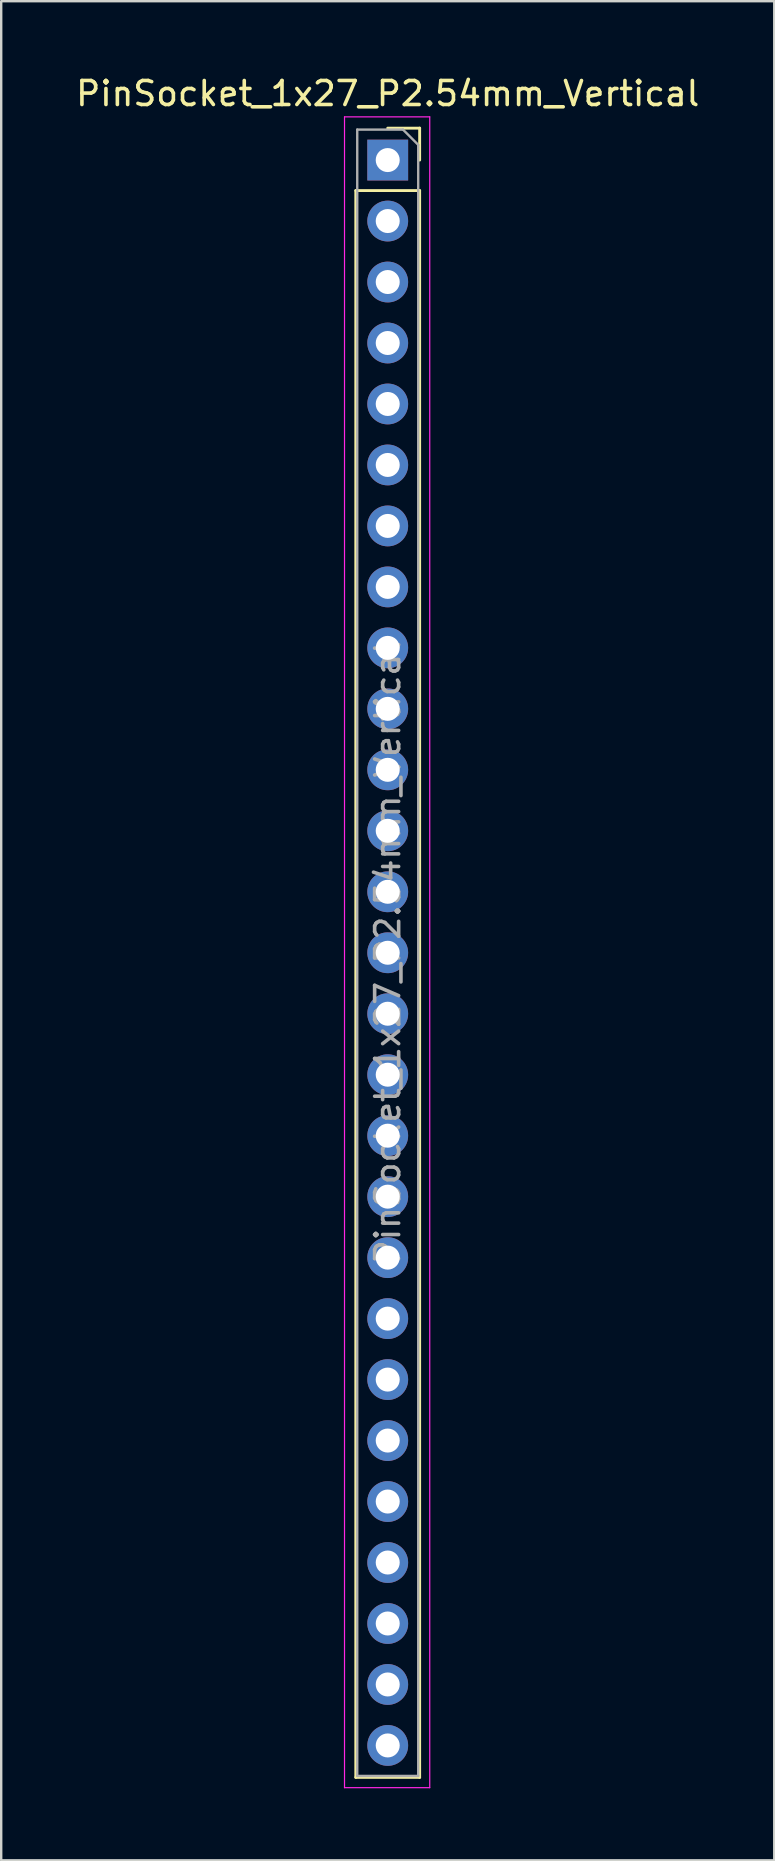
<source format=kicad_pcb>
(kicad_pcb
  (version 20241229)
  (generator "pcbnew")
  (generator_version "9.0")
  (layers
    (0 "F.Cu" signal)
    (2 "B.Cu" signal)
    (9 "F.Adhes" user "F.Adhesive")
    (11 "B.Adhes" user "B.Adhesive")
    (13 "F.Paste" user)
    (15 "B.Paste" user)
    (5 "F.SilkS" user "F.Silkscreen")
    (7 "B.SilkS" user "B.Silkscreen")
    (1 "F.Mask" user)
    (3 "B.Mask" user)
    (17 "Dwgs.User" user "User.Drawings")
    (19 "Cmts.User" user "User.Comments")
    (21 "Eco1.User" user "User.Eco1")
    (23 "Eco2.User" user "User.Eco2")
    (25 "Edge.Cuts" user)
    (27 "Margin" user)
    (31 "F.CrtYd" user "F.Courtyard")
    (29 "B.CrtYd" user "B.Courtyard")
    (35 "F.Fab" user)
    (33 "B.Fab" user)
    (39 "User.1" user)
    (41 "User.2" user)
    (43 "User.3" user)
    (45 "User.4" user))
  (footprint "PinSocket_1x27_P2.54mm_Vertical"
    (layer "F.Cu")
    (at 13.101 3.618)
    (property "Reference" "PinSocket_1x27_P2.54mm_Vertical" (at 0 -2.77 0) (layer "F.SilkS") (effects (font (size 1 1) (thickness 0.15))))
    (attr through_hole)
    (fp_line (start -1.33 1.27) (end -1.33 67.37) (stroke (width 0.12) (type solid)) (layer "F.SilkS"))
    (fp_line (start -1.33 1.27) (end 1.33 1.27) (stroke (width 0.12) (type solid)) (layer "F.SilkS"))
    (fp_line (start -1.33 67.37) (end 1.33 67.37) (stroke (width 0.12) (type solid)) (layer "F.SilkS"))
    (fp_line (start 0 -1.33) (end 1.33 -1.33) (stroke (width 0.12) (type solid)) (layer "F.SilkS"))
    (fp_line (start 1.33 -1.33) (end 1.33 0) (stroke (width 0.12) (type solid)) (layer "F.SilkS"))
    (fp_line (start 1.33 1.27) (end 1.33 67.37) (stroke (width 0.12) (type solid)) (layer "F.SilkS"))
    (fp_line (start -1.8 -1.8) (end 1.75 -1.8) (stroke (width 0.05) (type solid)) (layer "F.CrtYd"))
    (fp_line (start -1.8 67.8) (end -1.8 -1.8) (stroke (width 0.05) (type solid)) (layer "F.CrtYd"))
    (fp_line (start 1.75 -1.8) (end 1.75 67.8) (stroke (width 0.05) (type solid)) (layer "F.CrtYd"))
    (fp_line (start 1.75 67.8) (end -1.8 67.8) (stroke (width 0.05) (type solid)) (layer "F.CrtYd"))
    (fp_line (start -1.27 -1.27) (end 0.635 -1.27) (stroke (width 0.1) (type solid)) (layer "F.Fab"))
    (fp_line (start -1.27 67.31) (end -1.27 -1.27) (stroke (width 0.1) (type solid)) (layer "F.Fab"))
    (fp_line (start 0.635 -1.27) (end 1.27 -0.635) (stroke (width 0.1) (type solid)) (layer "F.Fab"))
    (fp_line (start 1.27 -0.635) (end 1.27 67.31) (stroke (width 0.1) (type solid)) (layer "F.Fab"))
    (fp_line (start 1.27 67.31) (end -1.27 67.31) (stroke (width 0.1) (type solid)) (layer "F.Fab"))
    (fp_text user "${REFERENCE}" (at 0 33.02 90) (layer "F.Fab") (effects (font (size 1 1) (thickness 0.15))))
    (pad "1" thru_hole rect (at 0 0) (size 1.7 1.7) (drill 1) (layers "*.Cu" "*.Mask"))
    (pad "2" thru_hole oval (at 0 2.54) (size 1.7 1.7) (drill 1) (layers "*.Cu" "*.Mask"))
    (pad "3" thru_hole oval (at 0 5.08) (size 1.7 1.7) (drill 1) (layers "*.Cu" "*.Mask"))
    (pad "4" thru_hole oval (at 0 7.62) (size 1.7 1.7) (drill 1) (layers "*.Cu" "*.Mask"))
    (pad "5" thru_hole oval (at 0 10.16) (size 1.7 1.7) (drill 1) (layers "*.Cu" "*.Mask"))
    (pad "6" thru_hole oval (at 0 12.7) (size 1.7 1.7) (drill 1) (layers "*.Cu" "*.Mask"))
    (pad "7" thru_hole oval (at 0 15.24) (size 1.7 1.7) (drill 1) (layers "*.Cu" "*.Mask"))
    (pad "8" thru_hole oval (at 0 17.78) (size 1.7 1.7) (drill 1) (layers "*.Cu" "*.Mask"))
    (pad "9" thru_hole oval (at 0 20.32) (size 1.7 1.7) (drill 1) (layers "*.Cu" "*.Mask"))
    (pad "10" thru_hole oval (at 0 22.86) (size 1.7 1.7) (drill 1) (layers "*.Cu" "*.Mask"))
    (pad "11" thru_hole oval (at 0 25.4) (size 1.7 1.7) (drill 1) (layers "*.Cu" "*.Mask"))
    (pad "12" thru_hole oval (at 0 27.94) (size 1.7 1.7) (drill 1) (layers "*.Cu" "*.Mask"))
    (pad "13" thru_hole oval (at 0 30.48) (size 1.7 1.7) (drill 1) (layers "*.Cu" "*.Mask"))
    (pad "14" thru_hole oval (at 0 33.02) (size 1.7 1.7) (drill 1) (layers "*.Cu" "*.Mask"))
    (pad "15" thru_hole oval (at 0 35.56) (size 1.7 1.7) (drill 1) (layers "*.Cu" "*.Mask"))
    (pad "16" thru_hole oval (at 0 38.1) (size 1.7 1.7) (drill 1) (layers "*.Cu" "*.Mask"))
    (pad "17" thru_hole oval (at 0 40.64) (size 1.7 1.7) (drill 1) (layers "*.Cu" "*.Mask"))
    (pad "18" thru_hole oval (at 0 43.18) (size 1.7 1.7) (drill 1) (layers "*.Cu" "*.Mask"))
    (pad "19" thru_hole oval (at 0 45.72) (size 1.7 1.7) (drill 1) (layers "*.Cu" "*.Mask"))
    (pad "20" thru_hole oval (at 0 48.26) (size 1.7 1.7) (drill 1) (layers "*.Cu" "*.Mask"))
    (pad "21" thru_hole oval (at 0 50.8) (size 1.7 1.7) (drill 1) (layers "*.Cu" "*.Mask"))
    (pad "22" thru_hole oval (at 0 53.34) (size 1.7 1.7) (drill 1) (layers "*.Cu" "*.Mask"))
    (pad "23" thru_hole oval (at 0 55.88) (size 1.7 1.7) (drill 1) (layers "*.Cu" "*.Mask"))
    (pad "24" thru_hole oval (at 0 58.42) (size 1.7 1.7) (drill 1) (layers "*.Cu" "*.Mask"))
    (pad "25" thru_hole oval (at 0 60.96) (size 1.7 1.7) (drill 1) (layers "*.Cu" "*.Mask"))
    (pad "26" thru_hole oval (at 0 63.5) (size 1.7 1.7) (drill 1) (layers "*.Cu" "*.Mask"))
    (pad "27" thru_hole oval (at 0 66.04) (size 1.7 1.7) (drill 1) (layers "*.Cu" "*.Mask")))
  (gr_rect
    (start -3 -3)
    (end 29.202 74.443)
    (stroke (width 0.1) (type default))
    (fill no)
    (layer "Edge.Cuts")))
</source>
